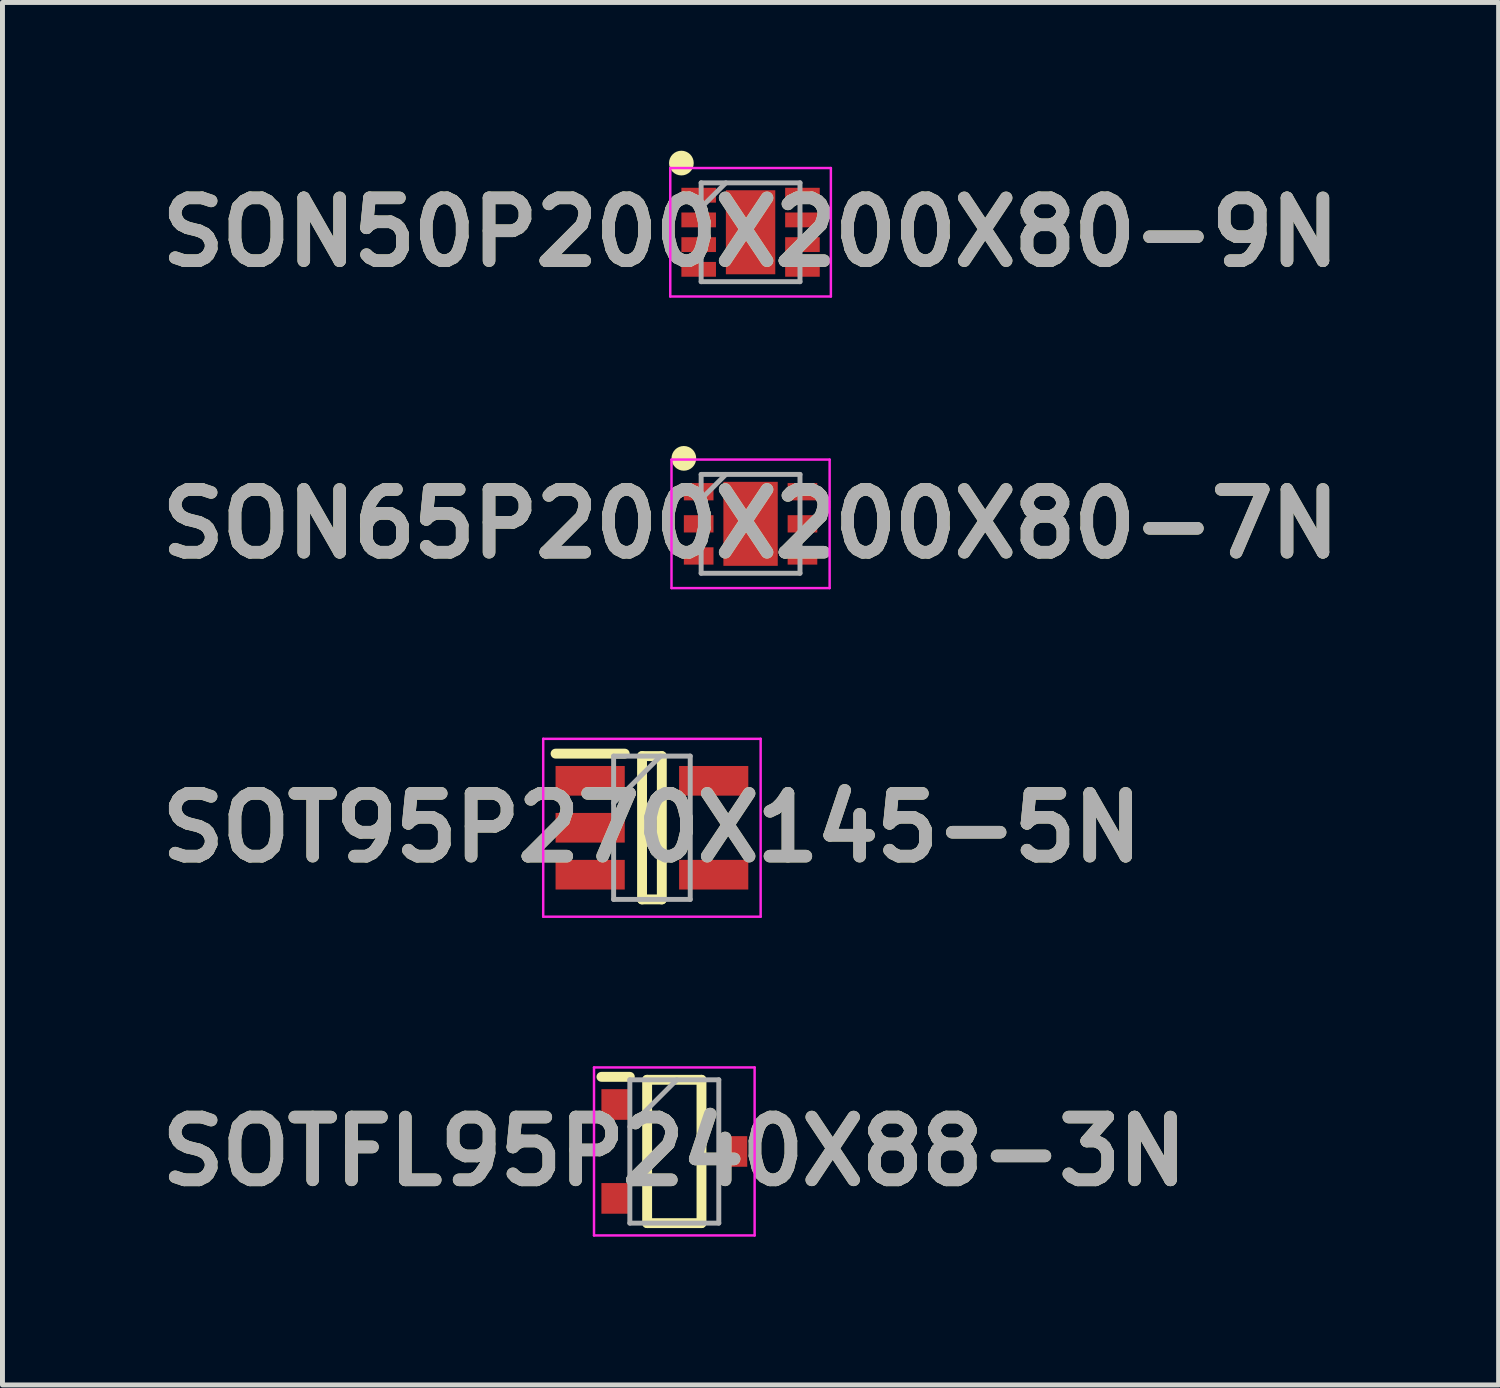
<source format=kicad_pcb>
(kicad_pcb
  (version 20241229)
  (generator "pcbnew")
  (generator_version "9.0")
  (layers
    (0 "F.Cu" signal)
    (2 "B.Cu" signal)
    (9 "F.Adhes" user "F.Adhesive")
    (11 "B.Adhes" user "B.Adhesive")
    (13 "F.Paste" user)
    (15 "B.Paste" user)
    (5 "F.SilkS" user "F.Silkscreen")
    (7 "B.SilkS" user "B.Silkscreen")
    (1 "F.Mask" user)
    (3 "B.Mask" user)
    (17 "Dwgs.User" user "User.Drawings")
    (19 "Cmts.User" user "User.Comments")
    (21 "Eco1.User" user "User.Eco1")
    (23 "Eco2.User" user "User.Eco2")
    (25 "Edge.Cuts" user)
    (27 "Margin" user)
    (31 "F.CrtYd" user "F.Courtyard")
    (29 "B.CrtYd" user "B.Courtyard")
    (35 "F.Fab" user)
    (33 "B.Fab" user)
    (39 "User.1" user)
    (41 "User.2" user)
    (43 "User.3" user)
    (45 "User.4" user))
  (footprint "SOTFL95P240X88-3N"
    (layer "F.Cu")
    (at 10.595 20.25)
    (property "Reference" "SOTFL95P240X88-3N" (at 0 0 0) (layer "F.SilkS") (effects (font (size 1.27 1.27) (thickness 0.254))))
    (attr smd)
    (fp_line (start -1.475 -1.51) (end -0.9 -1.51) (stroke (width 0.2) (type solid)) (layer "F.SilkS"))
    (fp_line (start -0.55 -1.45) (end 0.55 -1.45) (stroke (width 0.2) (type solid)) (layer "F.SilkS"))
    (fp_line (start -0.55 1.45) (end -0.55 -1.45) (stroke (width 0.2) (type solid)) (layer "F.SilkS"))
    (fp_line (start 0.55 -1.45) (end 0.55 1.45) (stroke (width 0.2) (type solid)) (layer "F.SilkS"))
    (fp_line (start 0.55 1.45) (end -0.55 1.45) (stroke (width 0.2) (type solid)) (layer "F.SilkS"))
    (fp_line (start -1.625 -1.7) (end 1.625 -1.7) (stroke (width 0.05) (type solid)) (layer "F.CrtYd"))
    (fp_line (start -1.625 1.7) (end -1.625 -1.7) (stroke (width 0.05) (type solid)) (layer "F.CrtYd"))
    (fp_line (start 1.625 -1.7) (end 1.625 1.7) (stroke (width 0.05) (type solid)) (layer "F.CrtYd"))
    (fp_line (start 1.625 1.7) (end -1.625 1.7) (stroke (width 0.05) (type solid)) (layer "F.CrtYd"))
    (fp_line (start -0.9 -1.45) (end 0.9 -1.45) (stroke (width 0.1) (type solid)) (layer "F.Fab"))
    (fp_line (start -0.9 -0.5) (end 0.05 -1.45) (stroke (width 0.1) (type solid)) (layer "F.Fab"))
    (fp_line (start -0.9 1.45) (end -0.9 -1.45) (stroke (width 0.1) (type solid)) (layer "F.Fab"))
    (fp_line (start 0.9 -1.45) (end 0.9 1.45) (stroke (width 0.1) (type solid)) (layer "F.Fab"))
    (fp_line (start 0.9 1.45) (end -0.9 1.45) (stroke (width 0.1) (type solid)) (layer "F.Fab"))
    (fp_text user "${REFERENCE}" (at 0 0 0) (layer "F.Fab") (effects (font (size 1.27 1.27) (thickness 0.254))))
    (pad "1" smd rect (at -1.188 -0.95) (size 0.575 0.62) (layers "F.Cu" "F.Mask" "F.Paste"))
    (pad "2" smd rect (at -1.188 0.95) (size 0.575 0.62) (layers "F.Cu" "F.Mask" "F.Paste"))
    (pad "3" smd rect (at 1.188 0) (size 0.575 0.62) (layers "F.Cu" "F.Mask" "F.Paste")))
  (footprint "SON50P200X200X80-9N"
    (layer "F.Cu")
    (at 12.138 1.65)
    (property "Reference" "SON50P200X200X80-9N" (at 0 0 0) (layer "F.SilkS") (effects (font (size 1.27 1.27) (thickness 0.254))))
    (attr smd)
    (fp_circle (center -1.4 -1.4) (end -1.4 -1.275) (stroke (width 0.25) (type solid)) (fill no) (layer "F.SilkS"))
    (fp_line (start -1.625 -1.3) (end 1.625 -1.3) (stroke (width 0.05) (type solid)) (layer "F.CrtYd"))
    (fp_line (start -1.625 1.3) (end -1.625 -1.3) (stroke (width 0.05) (type solid)) (layer "F.CrtYd"))
    (fp_line (start 1.625 -1.3) (end 1.625 1.3) (stroke (width 0.05) (type solid)) (layer "F.CrtYd"))
    (fp_line (start 1.625 1.3) (end -1.625 1.3) (stroke (width 0.05) (type solid)) (layer "F.CrtYd"))
    (fp_line (start -1 -1) (end 1 -1) (stroke (width 0.1) (type solid)) (layer "F.Fab"))
    (fp_line (start -1 -0.5) (end -0.5 -1) (stroke (width 0.1) (type solid)) (layer "F.Fab"))
    (fp_line (start -1 1) (end -1 -1) (stroke (width 0.1) (type solid)) (layer "F.Fab"))
    (fp_line (start 1 -1) (end 1 1) (stroke (width 0.1) (type solid)) (layer "F.Fab"))
    (fp_line (start 1 1) (end -1 1) (stroke (width 0.1) (type solid)) (layer "F.Fab"))
    (fp_text user "${REFERENCE}" (at 0 0 0) (layer "F.Fab") (effects (font (size 1.27 1.27) (thickness 0.254))))
    (pad "1" smd rect (at -1.05 -0.75 90) (size 0.3 0.7) (layers "F.Cu" "F.Mask" "F.Paste"))
    (pad "2" smd rect (at -1.05 -0.25 90) (size 0.3 0.7) (layers "F.Cu" "F.Mask" "F.Paste"))
    (pad "3" smd rect (at -1.05 0.25 90) (size 0.3 0.7) (layers "F.Cu" "F.Mask" "F.Paste"))
    (pad "4" smd rect (at -1.05 0.75 90) (size 0.3 0.7) (layers "F.Cu" "F.Mask" "F.Paste"))
    (pad "5" smd rect (at 1.05 0.75 90) (size 0.3 0.7) (layers "F.Cu" "F.Mask" "F.Paste"))
    (pad "6" smd rect (at 1.05 0.25 90) (size 0.3 0.7) (layers "F.Cu" "F.Mask" "F.Paste"))
    (pad "7" smd rect (at 1.05 -0.25 90) (size 0.3 0.7) (layers "F.Cu" "F.Mask" "F.Paste"))
    (pad "8" smd rect (at 1.05 -0.75 90) (size 0.3 0.7) (layers "F.Cu" "F.Mask" "F.Paste"))
    (pad "9" smd rect (at 0 0) (size 1 1.7) (layers "F.Cu" "F.Mask" "F.Paste")))
  (footprint "SOT95P270X145-5N"
    (layer "F.Cu")
    (at 10.142 13.7)
    (property "Reference" "SOT95P270X145-5N" (at 0 0 0) (layer "F.SilkS") (effects (font (size 1.27 1.27) (thickness 0.254))))
    (attr smd)
    (fp_line (start -1.95 -1.5) (end -0.55 -1.5) (stroke (width 0.2) (type solid)) (layer "F.SilkS"))
    (fp_line (start -0.2 -1.45) (end 0.2 -1.45) (stroke (width 0.2) (type solid)) (layer "F.SilkS"))
    (fp_line (start -0.2 1.45) (end -0.2 -1.45) (stroke (width 0.2) (type solid)) (layer "F.SilkS"))
    (fp_line (start 0.2 -1.45) (end 0.2 1.45) (stroke (width 0.2) (type solid)) (layer "F.SilkS"))
    (fp_line (start 0.2 1.45) (end -0.2 1.45) (stroke (width 0.2) (type solid)) (layer "F.SilkS"))
    (fp_line (start -2.2 -1.8) (end 2.2 -1.8) (stroke (width 0.05) (type solid)) (layer "F.CrtYd"))
    (fp_line (start -2.2 1.8) (end -2.2 -1.8) (stroke (width 0.05) (type solid)) (layer "F.CrtYd"))
    (fp_line (start 2.2 -1.8) (end 2.2 1.8) (stroke (width 0.05) (type solid)) (layer "F.CrtYd"))
    (fp_line (start 2.2 1.8) (end -2.2 1.8) (stroke (width 0.05) (type solid)) (layer "F.CrtYd"))
    (fp_line (start -0.775 -1.45) (end 0.775 -1.45) (stroke (width 0.1) (type solid)) (layer "F.Fab"))
    (fp_line (start -0.775 -0.5) (end 0.175 -1.45) (stroke (width 0.1) (type solid)) (layer "F.Fab"))
    (fp_line (start -0.775 1.45) (end -0.775 -1.45) (stroke (width 0.1) (type solid)) (layer "F.Fab"))
    (fp_line (start 0.775 -1.45) (end 0.775 1.45) (stroke (width 0.1) (type solid)) (layer "F.Fab"))
    (fp_line (start 0.775 1.45) (end -0.775 1.45) (stroke (width 0.1) (type solid)) (layer "F.Fab"))
    (fp_text user "${REFERENCE}" (at 0 0 0) (layer "F.Fab") (effects (font (size 1.27 1.27) (thickness 0.254))))
    (pad "1" smd rect (at -1.25 -0.95 90) (size 0.6 1.4) (layers "F.Cu" "F.Mask" "F.Paste"))
    (pad "2" smd rect (at -1.25 0 90) (size 0.6 1.4) (layers "F.Cu" "F.Mask" "F.Paste"))
    (pad "3" smd rect (at -1.25 0.95 90) (size 0.6 1.4) (layers "F.Cu" "F.Mask" "F.Paste"))
    (pad "4" smd rect (at 1.25 0.95 90) (size 0.6 1.4) (layers "F.Cu" "F.Mask" "F.Paste"))
    (pad "5" smd rect (at 1.25 -0.95 90) (size 0.6 1.4) (layers "F.Cu" "F.Mask" "F.Paste")))
  (footprint "SON65P200X200X80-7N"
    (layer "F.Cu")
    (at 12.138 7.55)
    (property "Reference" "SON65P200X200X80-7N" (at 0 0 0) (layer "F.SilkS") (effects (font (size 1.27 1.27) (thickness 0.254))))
    (attr smd)
    (fp_circle (center -1.35 -1.325) (end -1.35 -1.2) (stroke (width 0.25) (type solid)) (fill no) (layer "F.SilkS"))
    (fp_line (start -1.6 -1.3) (end 1.6 -1.3) (stroke (width 0.05) (type solid)) (layer "F.CrtYd"))
    (fp_line (start -1.6 1.3) (end -1.6 -1.3) (stroke (width 0.05) (type solid)) (layer "F.CrtYd"))
    (fp_line (start 1.6 -1.3) (end 1.6 1.3) (stroke (width 0.05) (type solid)) (layer "F.CrtYd"))
    (fp_line (start 1.6 1.3) (end -1.6 1.3) (stroke (width 0.05) (type solid)) (layer "F.CrtYd"))
    (fp_line (start -1 -1) (end 1 -1) (stroke (width 0.1) (type solid)) (layer "F.Fab"))
    (fp_line (start -1 -0.5) (end -0.5 -1) (stroke (width 0.1) (type solid)) (layer "F.Fab"))
    (fp_line (start -1 1) (end -1 -1) (stroke (width 0.1) (type solid)) (layer "F.Fab"))
    (fp_line (start 1 -1) (end 1 1) (stroke (width 0.1) (type solid)) (layer "F.Fab"))
    (fp_line (start 1 1) (end -1 1) (stroke (width 0.1) (type solid)) (layer "F.Fab"))
    (fp_text user "${REFERENCE}" (at 0 0 0) (layer "F.Fab") (effects (font (size 1.27 1.27) (thickness 0.254))))
    (pad "1" smd rect (at -1.05 -0.65 90) (size 0.35 0.6) (layers "F.Cu" "F.Mask" "F.Paste"))
    (pad "2" smd rect (at -1.05 0 90) (size 0.35 0.6) (layers "F.Cu" "F.Mask" "F.Paste"))
    (pad "3" smd rect (at -1.05 0.65 90) (size 0.35 0.6) (layers "F.Cu" "F.Mask" "F.Paste"))
    (pad "4" smd rect (at 1.05 0.65 90) (size 0.35 0.6) (layers "F.Cu" "F.Mask" "F.Paste"))
    (pad "5" smd rect (at 1.05 0 90) (size 0.35 0.6) (layers "F.Cu" "F.Mask" "F.Paste"))
    (pad "6" smd rect (at 1.05 -0.65 90) (size 0.35 0.6) (layers "F.Cu" "F.Mask" "F.Paste"))
    (pad "7" smd rect (at 0 0) (size 1.1 1.7) (layers "F.Cu" "F.Mask" "F.Paste")))
  (gr_rect
    (start -3 -3)
    (end 27.275 24.975)
    (stroke (width 0.1) (type default))
    (fill no)
    (layer "Edge.Cuts")))
</source>
